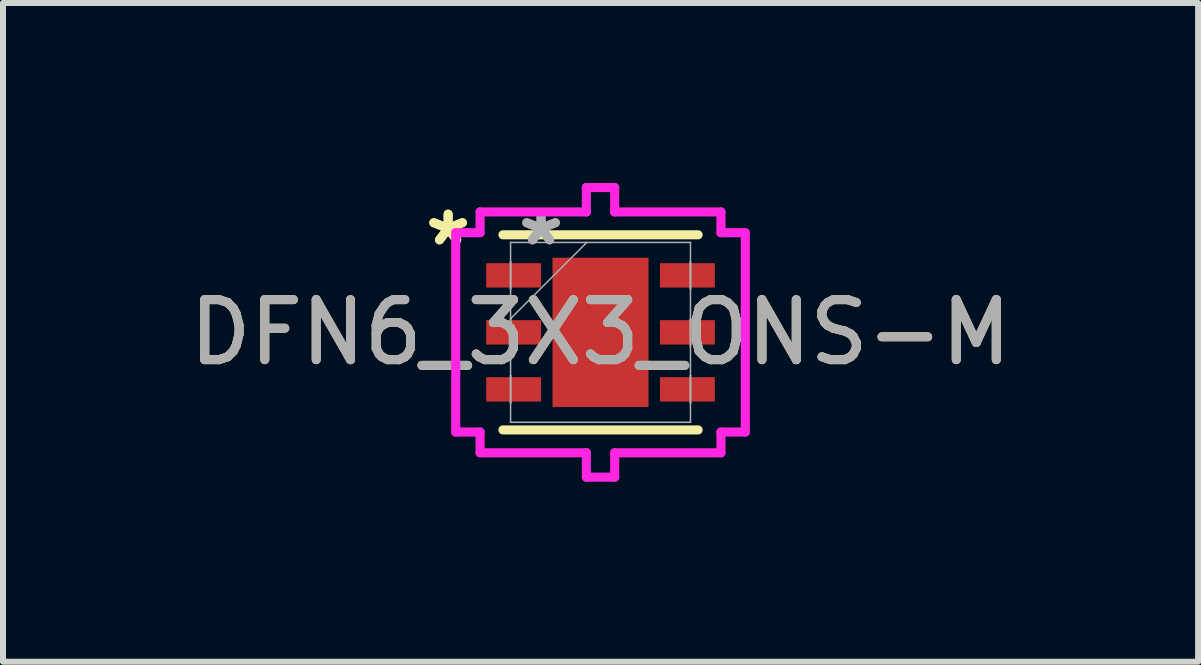
<source format=kicad_pcb>
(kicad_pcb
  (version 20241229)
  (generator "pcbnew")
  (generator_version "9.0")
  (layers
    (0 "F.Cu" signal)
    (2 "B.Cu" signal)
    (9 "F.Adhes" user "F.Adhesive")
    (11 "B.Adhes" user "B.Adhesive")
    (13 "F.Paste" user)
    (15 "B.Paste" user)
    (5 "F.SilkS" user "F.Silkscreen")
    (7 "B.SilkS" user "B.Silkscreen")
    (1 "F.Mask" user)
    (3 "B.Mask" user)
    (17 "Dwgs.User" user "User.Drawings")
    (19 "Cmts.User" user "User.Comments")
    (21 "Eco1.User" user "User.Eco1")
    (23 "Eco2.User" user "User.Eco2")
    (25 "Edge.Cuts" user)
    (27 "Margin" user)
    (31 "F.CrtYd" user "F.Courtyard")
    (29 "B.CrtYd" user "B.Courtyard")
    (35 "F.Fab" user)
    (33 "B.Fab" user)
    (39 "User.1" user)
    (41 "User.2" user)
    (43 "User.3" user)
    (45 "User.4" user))
  (footprint "DFN6_3X3_ONS-M"
    (layer "F.Cu")
    (at 6.958 2.489)
    (property "Reference" "DFN6_3X3_ONS-M" (at 0 0 0) (unlocked yes) (layer "F.SilkS") (effects (font (size 1 1) (thickness 0.15))))
    (attr smd)
    (fp_line (start -1.626 1.626) (end 1.626 1.626) (stroke (width 0.152) (type solid)) (layer "F.SilkS"))
    (fp_line (start 1.626 -1.626) (end -1.626 -1.626) (stroke (width 0.152) (type solid)) (layer "F.SilkS"))
    (fp_line (start -2.413 -1.661) (end -2.007 -1.661) (stroke (width 0.152) (type solid)) (layer "F.CrtYd"))
    (fp_line (start -2.413 1.661) (end -2.413 -1.661) (stroke (width 0.152) (type solid)) (layer "F.CrtYd"))
    (fp_line (start -2.007 -2.007) (end -0.236 -2.007) (stroke (width 0.152) (type solid)) (layer "F.CrtYd"))
    (fp_line (start -2.007 -1.661) (end -2.007 -2.007) (stroke (width 0.152) (type solid)) (layer "F.CrtYd"))
    (fp_line (start -2.007 1.661) (end -2.413 1.661) (stroke (width 0.152) (type solid)) (layer "F.CrtYd"))
    (fp_line (start -2.007 2.007) (end -2.007 1.661) (stroke (width 0.152) (type solid)) (layer "F.CrtYd"))
    (fp_line (start -0.236 -2.413) (end 0.236 -2.413) (stroke (width 0.152) (type solid)) (layer "F.CrtYd"))
    (fp_line (start -0.236 -2.007) (end -0.236 -2.413) (stroke (width 0.152) (type solid)) (layer "F.CrtYd"))
    (fp_line (start -0.236 2.007) (end -2.007 2.007) (stroke (width 0.152) (type solid)) (layer "F.CrtYd"))
    (fp_line (start -0.236 2.413) (end -0.236 2.007) (stroke (width 0.152) (type solid)) (layer "F.CrtYd"))
    (fp_line (start 0.236 -2.413) (end 0.236 -2.007) (stroke (width 0.152) (type solid)) (layer "F.CrtYd"))
    (fp_line (start 0.236 -2.007) (end 2.007 -2.007) (stroke (width 0.152) (type solid)) (layer "F.CrtYd"))
    (fp_line (start 0.236 2.007) (end 0.236 2.413) (stroke (width 0.152) (type solid)) (layer "F.CrtYd"))
    (fp_line (start 0.236 2.413) (end -0.236 2.413) (stroke (width 0.152) (type solid)) (layer "F.CrtYd"))
    (fp_line (start 2.007 -2.007) (end 2.007 -1.661) (stroke (width 0.152) (type solid)) (layer "F.CrtYd"))
    (fp_line (start 2.007 -1.661) (end 2.413 -1.661) (stroke (width 0.152) (type solid)) (layer "F.CrtYd"))
    (fp_line (start 2.007 1.661) (end 2.007 2.007) (stroke (width 0.152) (type solid)) (layer "F.CrtYd"))
    (fp_line (start 2.007 2.007) (end 0.236 2.007) (stroke (width 0.152) (type solid)) (layer "F.CrtYd"))
    (fp_line (start 2.413 -1.661) (end 2.413 1.661) (stroke (width 0.152) (type solid)) (layer "F.CrtYd"))
    (fp_line (start 2.413 1.661) (end 2.007 1.661) (stroke (width 0.152) (type solid)) (layer "F.CrtYd"))
    (fp_line (start -1.499 -1.499) (end -1.499 -1.499) (stroke (width 0.025) (type solid)) (layer "F.Fab"))
    (fp_line (start -1.499 -1.499) (end -1.499 1.499) (stroke (width 0.025) (type solid)) (layer "F.Fab"))
    (fp_line (start -1.499 -1.179) (end -1.499 -1.179) (stroke (width 0.025) (type solid)) (layer "F.Fab"))
    (fp_line (start -1.499 -1.179) (end -1.499 -0.721) (stroke (width 0.025) (type solid)) (layer "F.Fab"))
    (fp_line (start -1.499 -0.721) (end -1.499 -1.179) (stroke (width 0.025) (type solid)) (layer "F.Fab"))
    (fp_line (start -1.499 -0.721) (end -1.499 -0.721) (stroke (width 0.025) (type solid)) (layer "F.Fab"))
    (fp_line (start -1.499 -0.229) (end -1.499 -0.229) (stroke (width 0.025) (type solid)) (layer "F.Fab"))
    (fp_line (start -1.499 -0.229) (end -1.499 0.229) (stroke (width 0.025) (type solid)) (layer "F.Fab"))
    (fp_line (start -1.499 -0.229) (end -0.229 -1.499) (stroke (width 0.025) (type solid)) (layer "F.Fab"))
    (fp_line (start -1.499 0.229) (end -1.499 -0.229) (stroke (width 0.025) (type solid)) (layer "F.Fab"))
    (fp_line (start -1.499 0.229) (end -1.499 0.229) (stroke (width 0.025) (type solid)) (layer "F.Fab"))
    (fp_line (start -1.499 0.721) (end -1.499 0.721) (stroke (width 0.025) (type solid)) (layer "F.Fab"))
    (fp_line (start -1.499 0.721) (end -1.499 1.179) (stroke (width 0.025) (type solid)) (layer "F.Fab"))
    (fp_line (start -1.499 1.179) (end -1.499 0.721) (stroke (width 0.025) (type solid)) (layer "F.Fab"))
    (fp_line (start -1.499 1.179) (end -1.499 1.179) (stroke (width 0.025) (type solid)) (layer "F.Fab"))
    (fp_line (start -1.499 1.499) (end -1.499 1.499) (stroke (width 0.025) (type solid)) (layer "F.Fab"))
    (fp_line (start -1.499 1.499) (end 1.499 1.499) (stroke (width 0.025) (type solid)) (layer "F.Fab"))
    (fp_line (start 1.499 -1.499) (end -1.499 -1.499) (stroke (width 0.025) (type solid)) (layer "F.Fab"))
    (fp_line (start 1.499 -1.499) (end 1.499 -1.499) (stroke (width 0.025) (type solid)) (layer "F.Fab"))
    (fp_line (start 1.499 -1.179) (end 1.499 -1.179) (stroke (width 0.025) (type solid)) (layer "F.Fab"))
    (fp_line (start 1.499 -1.179) (end 1.499 -0.721) (stroke (width 0.025) (type solid)) (layer "F.Fab"))
    (fp_line (start 1.499 -0.721) (end 1.499 -1.179) (stroke (width 0.025) (type solid)) (layer "F.Fab"))
    (fp_line (start 1.499 -0.721) (end 1.499 -0.721) (stroke (width 0.025) (type solid)) (layer "F.Fab"))
    (fp_line (start 1.499 -0.229) (end 1.499 -0.229) (stroke (width 0.025) (type solid)) (layer "F.Fab"))
    (fp_line (start 1.499 -0.229) (end 1.499 0.229) (stroke (width 0.025) (type solid)) (layer "F.Fab"))
    (fp_line (start 1.499 0.229) (end 1.499 -0.229) (stroke (width 0.025) (type solid)) (layer "F.Fab"))
    (fp_line (start 1.499 0.229) (end 1.499 0.229) (stroke (width 0.025) (type solid)) (layer "F.Fab"))
    (fp_line (start 1.499 0.721) (end 1.499 0.721) (stroke (width 0.025) (type solid)) (layer "F.Fab"))
    (fp_line (start 1.499 0.721) (end 1.499 1.179) (stroke (width 0.025) (type solid)) (layer "F.Fab"))
    (fp_line (start 1.499 1.179) (end 1.499 0.721) (stroke (width 0.025) (type solid)) (layer "F.Fab"))
    (fp_line (start 1.499 1.179) (end 1.499 1.179) (stroke (width 0.025) (type solid)) (layer "F.Fab"))
    (fp_line (start 1.499 1.499) (end 1.499 -1.499) (stroke (width 0.025) (type solid)) (layer "F.Fab"))
    (fp_line (start 1.499 1.499) (end 1.499 1.499) (stroke (width 0.025) (type solid)) (layer "F.Fab"))
    (fp_text user "*" (at -2.54 -1.425 0) (layer "F.SilkS") (effects (font (size 1 1) (thickness 0.15))))
    (fp_text user "*" (at -2.54 -1.425 0) (unlocked yes) (layer "F.SilkS") (effects (font (size 1 1) (thickness 0.15))))
    (fp_text user "*" (at -0.991 -1.425 0) (layer "F.Fab") (effects (font (size 1 1) (thickness 0.15))))
    (fp_text user "${REFERENCE}" (at 0 0 0) (unlocked yes) (layer "F.Fab") (effects (font (size 1 1) (thickness 0.15))))
    (fp_text user "*" (at -0.991 -1.425 0) (unlocked yes) (layer "F.Fab") (effects (font (size 1 1) (thickness 0.15))))
    (pad "1" smd rect (at -1.448 -0.95 90) (size 0.406 0.914) (layers "F.Cu" "F.Mask" "F.Paste"))
    (pad "2" smd rect (at -1.448 0 90) (size 0.406 0.914) (layers "F.Cu" "F.Mask" "F.Paste"))
    (pad "3" smd rect (at -1.448 0.95 90) (size 0.406 0.914) (layers "F.Cu" "F.Mask" "F.Paste"))
    (pad "4" smd rect (at 1.448 0.95 90) (size 0.406 0.914) (layers "F.Cu" "F.Mask" "F.Paste"))
    (pad "5" smd rect (at 1.448 0 90) (size 0.406 0.914) (layers "F.Cu" "F.Mask" "F.Paste"))
    (pad "6" smd rect (at 1.448 -0.95 90) (size 0.406 0.914) (layers "F.Cu" "F.Mask" "F.Paste"))
    (pad "7" smd rect (at 0 0) (size 1.6 2.489) (layers "F.Cu" "F.Mask" "F.Paste")))
  (gr_rect
    (start -3 -3)
    (end 16.917 7.978)
    (stroke (width 0.1) (type default))
    (fill no)
    (layer "Edge.Cuts")))
</source>
